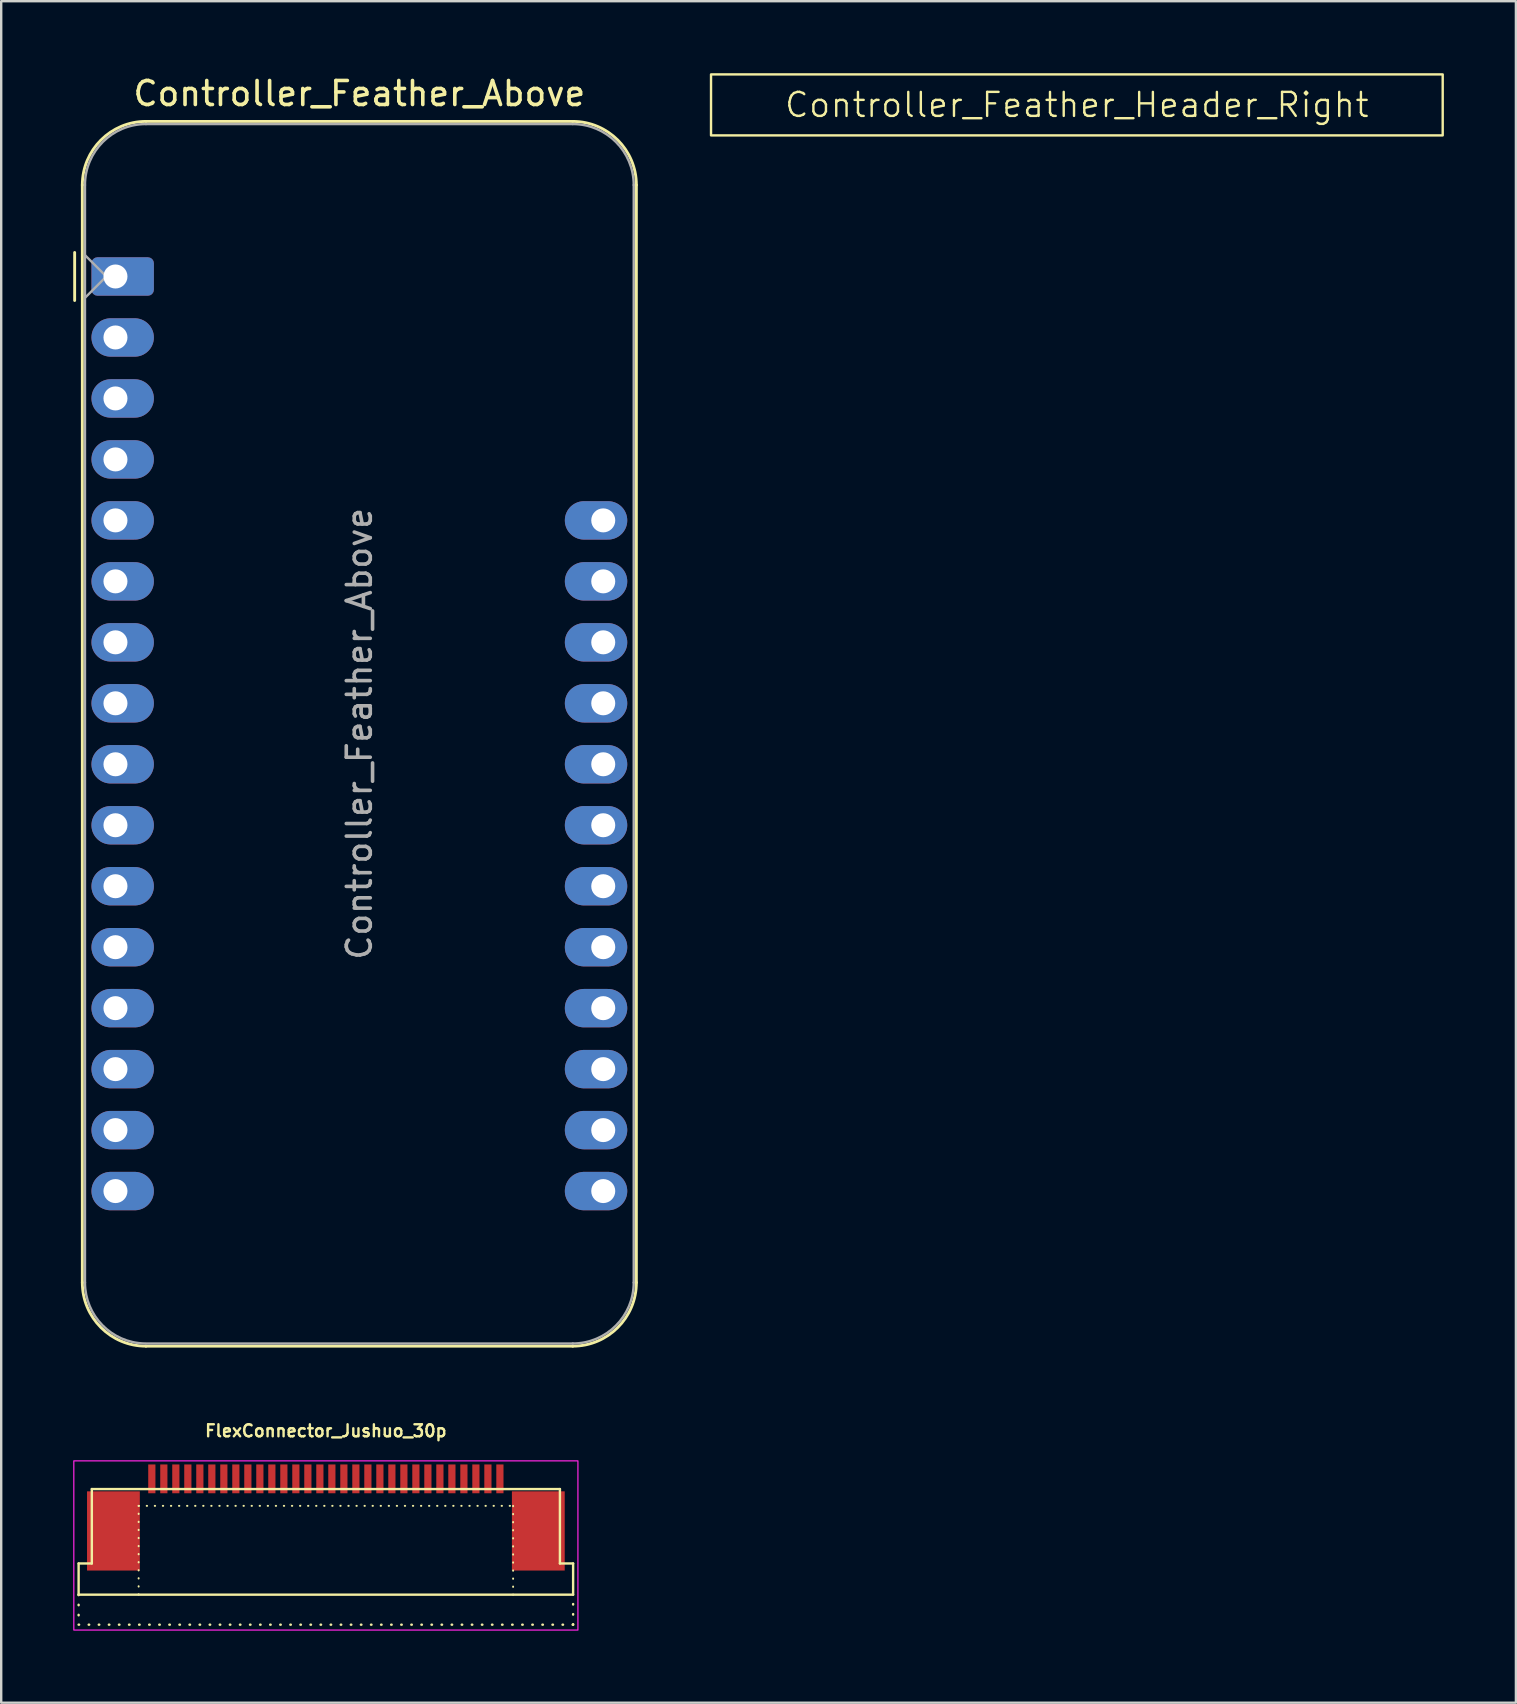
<source format=kicad_pcb>
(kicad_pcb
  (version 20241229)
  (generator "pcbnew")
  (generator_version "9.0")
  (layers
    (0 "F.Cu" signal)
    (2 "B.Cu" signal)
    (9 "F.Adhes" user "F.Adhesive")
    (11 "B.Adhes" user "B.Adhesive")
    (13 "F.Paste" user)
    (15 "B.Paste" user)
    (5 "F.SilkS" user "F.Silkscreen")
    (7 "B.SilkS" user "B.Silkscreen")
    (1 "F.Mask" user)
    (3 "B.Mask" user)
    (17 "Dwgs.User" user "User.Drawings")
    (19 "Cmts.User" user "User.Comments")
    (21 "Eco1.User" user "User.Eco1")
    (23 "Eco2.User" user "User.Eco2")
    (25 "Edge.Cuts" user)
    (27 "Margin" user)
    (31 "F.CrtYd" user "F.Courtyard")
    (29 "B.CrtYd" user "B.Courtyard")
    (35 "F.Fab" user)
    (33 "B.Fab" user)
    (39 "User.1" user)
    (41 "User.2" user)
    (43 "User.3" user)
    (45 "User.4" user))
  (footprint "FlexConnector_Jushuo_30p"
    (layer "F.Cu")
    (at 10.525 58.556)
    (property "Reference" "FlexConnector_Jushuo_30p" (at 0 -2 0) (unlocked yes) (layer "F.SilkS") (effects (font (size 0.5 0.5) (thickness 0.1) (bold yes))))
    (attr smd)
    (fp_line (start -10.3 4.825) (end -10.3 3.525) (stroke (width 0.1) (type default)) (layer "F.SilkS"))
    (fp_line (start -10.3 4.825) (end -10.3 6.075) (stroke (width 0.1) (type dot)) (layer "F.SilkS"))
    (fp_line (start -10.3 4.825) (end 10.3 4.825) (stroke (width 0.1) (type default)) (layer "F.SilkS"))
    (fp_line (start -10.3 6.075) (end 10.3 6.075) (stroke (width 0.1) (type dot)) (layer "F.SilkS"))
    (fp_line (start -9.75 0.425) (end -9.75 3.525) (stroke (width 0.1) (type default)) (layer "F.SilkS"))
    (fp_line (start -9.75 0.425) (end 9.75 0.425) (stroke (width 0.1) (type default)) (layer "F.SilkS"))
    (fp_line (start -9.75 3.525) (end -10.3 3.525) (stroke (width 0.1) (type default)) (layer "F.SilkS"))
    (fp_line (start -7.8 1.125) (end 7.8 1.125) (stroke (width 0.08) (type dot)) (layer "F.SilkS"))
    (fp_line (start -7.8 4.825) (end -7.8 1.125) (stroke (width 0.08) (type dot)) (layer "F.SilkS"))
    (fp_line (start 7.8 1.125) (end 7.8 4.825) (stroke (width 0.08) (type dot)) (layer "F.SilkS"))
    (fp_line (start 9.75 0.425) (end 9.75 3.525) (stroke (width 0.1) (type default)) (layer "F.SilkS"))
    (fp_line (start 10.3 3.525) (end 9.75 3.525) (stroke (width 0.1) (type default)) (layer "F.SilkS"))
    (fp_line (start 10.3 4.825) (end 10.3 3.525) (stroke (width 0.1) (type default)) (layer "F.SilkS"))
    (fp_line (start 10.3 6.075) (end 10.3 4.825) (stroke (width 0.1) (type dot)) (layer "F.SilkS"))
    (fp_rect (start -10.5 -0.75) (end 10.5 6.3) (stroke (width 0.05) (type default)) (fill no) (layer "F.CrtYd"))
    (pad "1" smd rect (at -7.25 0) (size 0.3 1.2) (layers "F.Cu" "F.Mask" "F.Paste"))
    (pad "2" smd rect (at -6.75 0) (size 0.3 1.2) (layers "F.Cu" "F.Mask" "F.Paste"))
    (pad "3" smd rect (at -6.25 0) (size 0.3 1.2) (layers "F.Cu" "F.Mask" "F.Paste"))
    (pad "4" smd rect (at -5.75 0) (size 0.3 1.2) (layers "F.Cu" "F.Mask" "F.Paste"))
    (pad "5" smd rect (at -5.25 0) (size 0.3 1.2) (layers "F.Cu" "F.Mask" "F.Paste"))
    (pad "6" smd rect (at -4.75 0) (size 0.3 1.2) (layers "F.Cu" "F.Mask" "F.Paste"))
    (pad "7" smd rect (at -4.25 0) (size 0.3 1.2) (layers "F.Cu" "F.Mask" "F.Paste"))
    (pad "8" smd rect (at -3.75 0) (size 0.3 1.2) (layers "F.Cu" "F.Mask" "F.Paste"))
    (pad "9" smd rect (at -3.25 0) (size 0.3 1.2) (layers "F.Cu" "F.Mask" "F.Paste"))
    (pad "10" smd rect (at -2.75 0) (size 0.3 1.2) (layers "F.Cu" "F.Mask" "F.Paste"))
    (pad "11" smd rect (at -2.25 0) (size 0.3 1.2) (layers "F.Cu" "F.Mask" "F.Paste"))
    (pad "12" smd rect (at -1.75 0) (size 0.3 1.2) (layers "F.Cu" "F.Mask" "F.Paste"))
    (pad "13" smd rect (at -1.25 0) (size 0.3 1.2) (layers "F.Cu" "F.Mask" "F.Paste"))
    (pad "14" smd rect (at -0.75 0) (size 0.3 1.2) (layers "F.Cu" "F.Mask" "F.Paste"))
    (pad "15" smd rect (at -0.25 0) (size 0.3 1.2) (layers "F.Cu" "F.Mask" "F.Paste"))
    (pad "16" smd rect (at 0.25 0) (size 0.3 1.2) (layers "F.Cu" "F.Mask" "F.Paste"))
    (pad "17" smd rect (at 0.75 0) (size 0.3 1.2) (layers "F.Cu" "F.Mask" "F.Paste"))
    (pad "18" smd rect (at 1.25 0) (size 0.3 1.2) (layers "F.Cu" "F.Mask" "F.Paste"))
    (pad "19" smd rect (at 2.25 0) (size 0.3 1.2) (layers "F.Cu" "F.Mask" "F.Paste"))
    (pad "20" smd rect (at 1.75 0) (size 0.3 1.2) (layers "F.Cu" "F.Mask" "F.Paste"))
    (pad "21" smd rect (at 2.75 0) (size 0.3 1.2) (layers "F.Cu" "F.Mask" "F.Paste"))
    (pad "22" smd rect (at 3.25 0) (size 0.3 1.2) (layers "F.Cu" "F.Mask" "F.Paste"))
    (pad "23" smd rect (at 3.75 0) (size 0.3 1.2) (layers "F.Cu" "F.Mask" "F.Paste"))
    (pad "24" smd rect (at 4.25 0) (size 0.3 1.2) (layers "F.Cu" "F.Mask" "F.Paste"))
    (pad "25" smd rect (at 4.75 0) (size 0.3 1.2) (layers "F.Cu" "F.Mask" "F.Paste"))
    (pad "26" smd rect (at 5.25 0) (size 0.3 1.2) (layers "F.Cu" "F.Mask" "F.Paste"))
    (pad "27" smd rect (at 5.75 0) (size 0.3 1.2) (layers "F.Cu" "F.Mask" "F.Paste"))
    (pad "28" smd rect (at 6.25 0) (size 0.3 1.2) (layers "F.Cu" "F.Mask" "F.Paste"))
    (pad "29" smd rect (at 6.75 0) (size 0.3 1.2) (layers "F.Cu" "F.Mask" "F.Paste"))
    (pad "30" smd rect (at 7.25 0) (size 0.3 1.2) (layers "F.Cu" "F.Mask" "F.Paste"))
    (pad "MP" smd rect (at -8.85 2.17) (size 2.2 3.3) (layers "F.Cu" "F.Mask" "F.Paste"))
    (pad "MP" smd rect (at 8.85 2.17) (size 2.2 3.3) (layers "F.Cu" "F.Mask" "F.Paste")))
  (footprint "Controller_Feather_Header_Right"
    (layer "F.Cu")
    (at 41.81 1.32)
    (property "Reference" "Controller_Feather_Header_Right" (at 0 0 0) (unlocked yes) (layer "F.SilkS") (effects (font (size 1 1) (thickness 0.1))))
    (attr smd)
    (fp_rect (start -15.24 -1.27) (end 15.24 1.27) (stroke (width 0.1) (type default)) (fill no) (layer "F.SilkS")))
  (footprint "Controller_Feather_Above"
    (layer "F.Cu")
    (at 1.76 8.468)
    (property "Reference" "Controller_Feather_Above" (at 10.16 -7.62 0) (layer "F.SilkS") (effects (font (size 1 1) (thickness 0.15))))
    (attr through_hole)
    (fp_line (start -1.7 1) (end -1.7 -1) (stroke (width 0.12) (type solid)) (layer "F.SilkS"))
    (fp_line (start -1.38 -3.81) (end -1.38 41.91) (stroke (width 0.12) (type solid)) (layer "F.SilkS"))
    (fp_line (start 19.05 -6.46) (end 1.27 -6.46) (stroke (width 0.12) (type solid)) (layer "F.SilkS"))
    (fp_line (start 19.05 44.56) (end 1.27 44.56) (stroke (width 0.12) (type solid)) (layer "F.SilkS"))
    (fp_line (start 21.7 -3.81) (end 21.7 41.91) (stroke (width 0.12) (type solid)) (layer "F.SilkS"))
    (fp_arc (start -1.38 -3.81) (mid -0.603833 -5.683833) (end 1.27 -6.46) (stroke (width 0.12) (type solid)) (layer "F.SilkS"))
    (fp_arc (start 1.27 44.56) (mid -0.603833 43.783833) (end -1.38 41.91) (stroke (width 0.12) (type solid)) (layer "F.SilkS"))
    (fp_arc (start 19.05 -6.46) (mid 20.923833 -5.683833) (end 21.7 -3.81) (stroke (width 0.12) (type solid)) (layer "F.SilkS"))
    (fp_arc (start 21.7 41.91) (mid 20.923833 43.783833) (end 19.05 44.56) (stroke (width 0.12) (type solid)) (layer "F.SilkS"))
    (fp_line (start -1.27 -3.81) (end -1.27 41.91) (stroke (width 0.1) (type solid)) (layer "F.Fab"))
    (fp_line (start -1.27 -0.889) (end -0.381 0) (stroke (width 0.1) (type solid)) (layer "F.Fab"))
    (fp_line (start -0.381 0) (end -1.27 0.889) (stroke (width 0.1) (type solid)) (layer "F.Fab"))
    (fp_line (start 1.27 44.45) (end 19.05 44.45) (stroke (width 0.1) (type solid)) (layer "F.Fab"))
    (fp_line (start 19.05 -6.35) (end 1.27 -6.35) (stroke (width 0.1) (type solid)) (layer "F.Fab"))
    (fp_line (start 21.59 41.91) (end 21.59 -3.81) (stroke (width 0.1) (type solid)) (layer "F.Fab"))
    (fp_arc (start -1.27 -3.81) (mid -0.526051 -5.606051) (end 1.27 -6.35) (stroke (width 0.1) (type solid)) (layer "F.Fab"))
    (fp_arc (start 1.221238 44.449532) (mid -0.543209 43.688728) (end -1.27 41.91) (stroke (width 0.1) (type solid)) (layer "F.Fab"))
    (fp_arc (start 19.05 -6.35) (mid 20.846051 -5.606051) (end 21.59 -3.81) (stroke (width 0.1) (type solid)) (layer "F.Fab"))
    (fp_arc (start 21.59 41.91) (mid 20.846051 43.706051) (end 19.05 44.45) (stroke (width 0.1) (type solid)) (layer "F.Fab"))
    (fp_text user "${REFERENCE}" (at 10.16 19.05 270) (layer "F.Fab") (effects (font (size 1 1) (thickness 0.15))))
    (pad "1" thru_hole roundrect (at 0 0) (size 2.6 1.6) (drill 1 (offset 0.3 0)) (layers "*.Cu" "*.Mask") (roundrect_rratio 0.156))
    (pad "2" thru_hole oval (at 0 2.54) (size 2.6 1.6) (drill 1 (offset 0.3 0)) (layers "*.Cu" "*.Mask"))
    (pad "3" thru_hole oval (at 0 5.08) (size 2.6 1.6) (drill 1 (offset 0.3 0)) (layers "*.Cu" "*.Mask"))
    (pad "4" thru_hole oval (at 0 7.62) (size 2.6 1.6) (drill 1 (offset 0.3 0)) (layers "*.Cu" "*.Mask"))
    (pad "5" thru_hole oval (at 0 10.16) (size 2.6 1.6) (drill 1 (offset 0.3 0)) (layers "*.Cu" "*.Mask"))
    (pad "6" thru_hole oval (at 0 12.7) (size 2.6 1.6) (drill 1 (offset 0.3 0)) (layers "*.Cu" "*.Mask"))
    (pad "7" thru_hole oval (at 0 15.24) (size 2.6 1.6) (drill 1 (offset 0.3 0)) (layers "*.Cu" "*.Mask"))
    (pad "8" thru_hole oval (at 0 17.78) (size 2.6 1.6) (drill 1 (offset 0.3 0)) (layers "*.Cu" "*.Mask"))
    (pad "9" thru_hole oval (at 0 20.32) (size 2.6 1.6) (drill 1 (offset 0.3 0)) (layers "*.Cu" "*.Mask"))
    (pad "10" thru_hole oval (at 0 22.86) (size 2.6 1.6) (drill 1 (offset 0.3 0)) (layers "*.Cu" "*.Mask"))
    (pad "11" thru_hole oval (at 0 25.4) (size 2.6 1.6) (drill 1 (offset 0.3 0)) (layers "*.Cu" "*.Mask"))
    (pad "12" thru_hole oval (at 0 27.94) (size 2.6 1.6) (drill 1 (offset 0.3 0)) (layers "*.Cu" "*.Mask"))
    (pad "13" thru_hole oval (at 0 30.48) (size 2.6 1.6) (drill 1 (offset 0.3 0)) (layers "*.Cu" "*.Mask"))
    (pad "14" thru_hole oval (at 0 33.02) (size 2.6 1.6) (drill 1 (offset 0.3 0)) (layers "*.Cu" "*.Mask"))
    (pad "15" thru_hole oval (at 0 35.56) (size 2.6 1.6) (drill 1 (offset 0.3 0)) (layers "*.Cu" "*.Mask"))
    (pad "16" thru_hole oval (at 0 38.1) (size 2.6 1.6) (drill 1 (offset 0.3 0)) (layers "*.Cu" "*.Mask"))
    (pad "17" thru_hole oval (at 20.32 38.1 180) (size 2.6 1.6) (drill 1 (offset 0.3 0)) (layers "*.Cu" "*.Mask"))
    (pad "18" thru_hole oval (at 20.32 35.56 180) (size 2.6 1.6) (drill 1 (offset 0.3 0)) (layers "*.Cu" "*.Mask"))
    (pad "19" thru_hole oval (at 20.32 33.02 180) (size 2.6 1.6) (drill 1 (offset 0.3 0)) (layers "*.Cu" "*.Mask"))
    (pad "20" thru_hole oval (at 20.32 30.48 180) (size 2.6 1.6) (drill 1 (offset 0.3 0)) (layers "*.Cu" "*.Mask"))
    (pad "21" thru_hole oval (at 20.32 27.94 180) (size 2.6 1.6) (drill 1 (offset 0.3 0)) (layers "*.Cu" "*.Mask"))
    (pad "22" thru_hole oval (at 20.32 25.4 180) (size 2.6 1.6) (drill 1 (offset 0.3 0)) (layers "*.Cu" "*.Mask"))
    (pad "23" thru_hole oval (at 20.32 22.86 180) (size 2.6 1.6) (drill 1 (offset 0.3 0)) (layers "*.Cu" "*.Mask"))
    (pad "24" thru_hole oval (at 20.32 20.32 180) (size 2.6 1.6) (drill 1 (offset 0.3 0)) (layers "*.Cu" "*.Mask"))
    (pad "25" thru_hole oval (at 20.32 17.78 180) (size 2.6 1.6) (drill 1 (offset 0.3 0)) (layers "*.Cu" "*.Mask"))
    (pad "26" thru_hole oval (at 20.32 15.24 180) (size 2.6 1.6) (drill 1 (offset 0.3 0)) (layers "*.Cu" "*.Mask"))
    (pad "27" thru_hole oval (at 20.32 12.7 180) (size 2.6 1.6) (drill 1 (offset 0.3 0)) (layers "*.Cu" "*.Mask"))
    (pad "28" thru_hole oval (at 20.32 10.16 180) (size 2.6 1.6) (drill 1 (offset 0.3 0)) (layers "*.Cu" "*.Mask")))
  (gr_rect
    (start -3 -3)
    (end 60.1 67.881)
    (stroke (width 0.1) (type default))
    (fill no)
    (layer "Edge.Cuts")))
</source>
